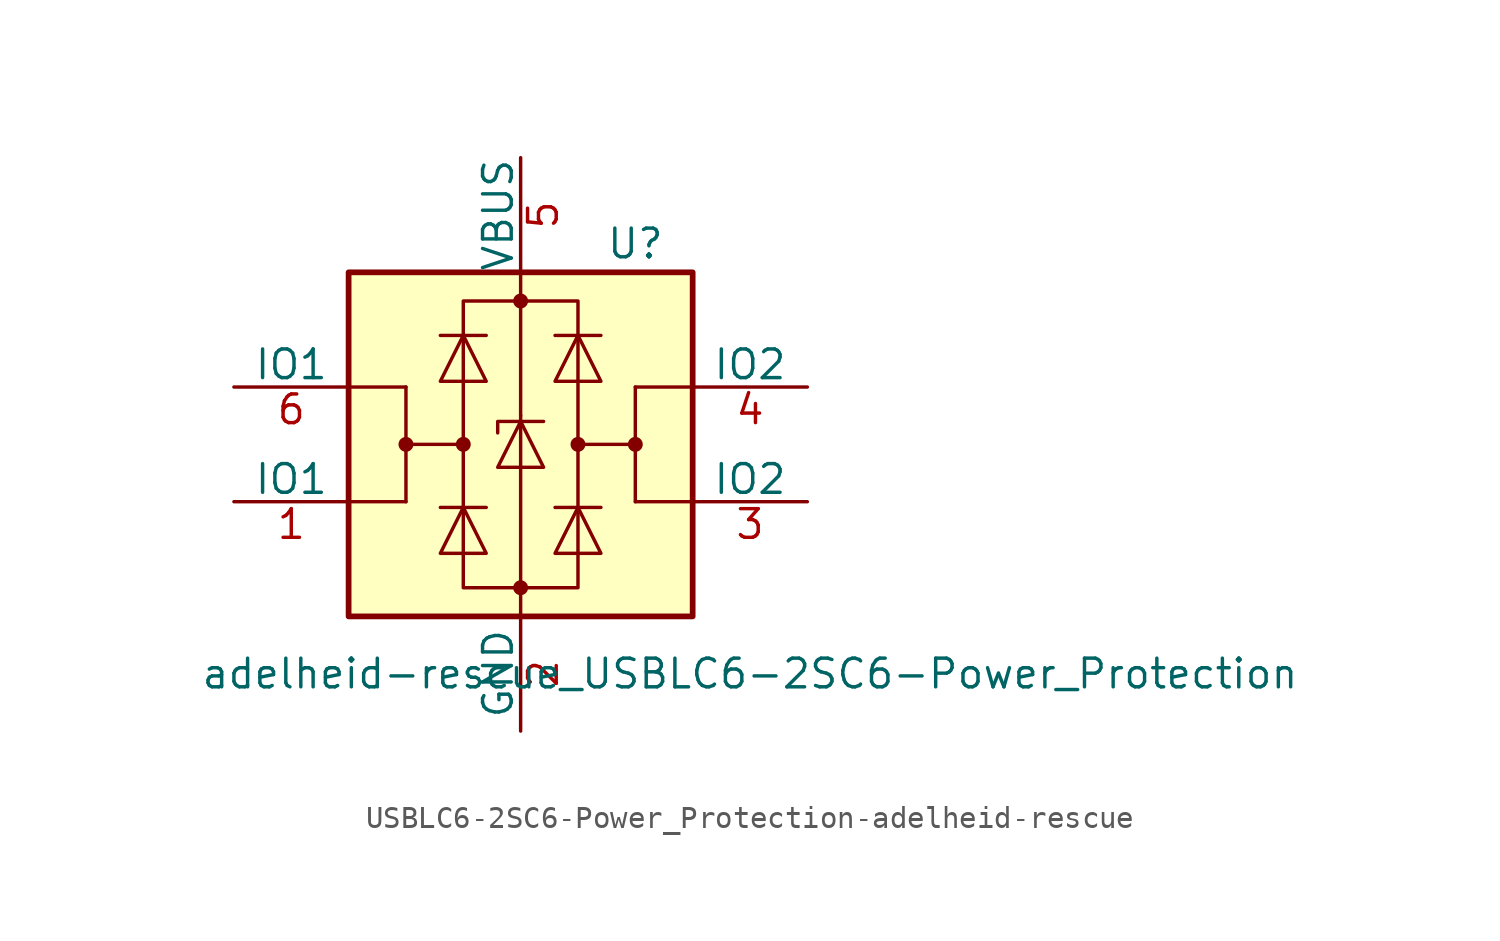
<source format=kicad_sym>
(kicad_symbol_lib
  (version 20231120)
  (generator "kicad_symbol_editor")
  (generator_version "8.0")
  (symbol "USBLC6-2SC6-Power_Protection-adelheid-rescue"
    (pin_names
      (offset 0))
    (property "Reference" "U"
      (at 5.08 8.89 0)
      (effects (font (size 1.27 1.27))))
    (property "Value" "adelheid-rescue_USBLC6-2SC6-Power_Protection"
      (at 10.16 -10.16 0)
      (effects (font (size 1.27 1.27))))
    (symbol "USBLC6-2SC6-Power_Protection-adelheid-rescue_0_1"
      (rectangle (start -7.62 -7.62) (end 7.62 7.62) (stroke (width 0.254) (type solid)) (fill (type background)))
      (circle (center -5.08 0) (radius 0.254) (stroke (width 0) (type solid)) (fill (type outline)))
      (circle (center -2.54 0) (radius 0.254) (stroke (width 0) (type solid)) (fill (type outline)))
      (rectangle (start -2.54 6.35) (end 2.54 -6.35) (stroke (width 0) (type solid)) (fill (type none)))
      (circle (center 0 -6.35) (radius 0.254) (stroke (width 0) (type solid)) (fill (type outline)))
      (polyline (pts (xy -5.08 -2.54) (xy -7.62 -2.54)) (stroke (width 0) (type solid)) (fill (type none)))
      (polyline (pts (xy -5.08 0) (xy -5.08 -2.54)) (stroke (width 0) (type solid)) (fill (type none)))
      (polyline (pts (xy -5.08 2.54) (xy -7.62 2.54)) (stroke (width 0) (type solid)) (fill (type none)))
      (polyline (pts (xy -1.524 -2.794) (xy -3.556 -2.794)) (stroke (width 0) (type solid)) (fill (type none)))
      (polyline (pts (xy -1.524 4.826) (xy -3.556 4.826)) (stroke (width 0) (type solid)) (fill (type none)))
      (polyline (pts (xy 0 -7.62) (xy 0 -6.35)) (stroke (width 0) (type solid)) (fill (type none)))
      (polyline (pts (xy 0 -6.35) (xy 0 1.27)) (stroke (width 0) (type solid)) (fill (type none)))
      (polyline (pts (xy 0 1.27) (xy 0 6.35)) (stroke (width 0) (type solid)) (fill (type none)))
      (polyline (pts (xy 0 6.35) (xy 0 7.62)) (stroke (width 0) (type solid)) (fill (type none)))
      (polyline (pts (xy 1.524 -2.794) (xy 3.556 -2.794)) (stroke (width 0) (type solid)) (fill (type none)))
      (polyline (pts (xy 1.524 4.826) (xy 3.556 4.826)) (stroke (width 0) (type solid)) (fill (type none)))
      (polyline (pts (xy 5.08 -2.54) (xy 7.62 -2.54)) (stroke (width 0) (type solid)) (fill (type none)))
      (polyline (pts (xy 5.08 0) (xy 5.08 -2.54)) (stroke (width 0) (type solid)) (fill (type none)))
      (polyline (pts (xy 5.08 2.54) (xy 7.62 2.54)) (stroke (width 0) (type solid)) (fill (type none)))
      (polyline (pts (xy -2.54 0) (xy -5.08 0) (xy -5.08 2.54)) (stroke (width 0) (type solid)) (fill (type none)))
      (polyline (pts (xy 2.54 0) (xy 5.08 0) (xy 5.08 2.54)) (stroke (width 0) (type solid)) (fill (type none)))
      (polyline (pts (xy -3.556 -4.826) (xy -1.524 -4.826) (xy -2.54 -2.794) (xy -3.556 -4.826)) (stroke (width 0) (type solid)) (fill (type none)))
      (polyline (pts (xy -3.556 2.794) (xy -1.524 2.794) (xy -2.54 4.826) (xy -3.556 2.794)) (stroke (width 0) (type solid)) (fill (type none)))
      (polyline (pts (xy -1.016 -1.016) (xy 1.016 -1.016) (xy 0 1.016) (xy -1.016 -1.016)) (stroke (width 0) (type solid)) (fill (type none)))
      (polyline (pts (xy 1.016 1.016) (xy 0.762 1.016) (xy -1.016 1.016) (xy -1.016 0.508)) (stroke (width 0) (type solid)) (fill (type none)))
      (polyline (pts (xy 3.556 -4.826) (xy 1.524 -4.826) (xy 2.54 -2.794) (xy 3.556 -4.826)) (stroke (width 0) (type solid)) (fill (type none)))
      (polyline (pts (xy 3.556 2.794) (xy 1.524 2.794) (xy 2.54 4.826) (xy 3.556 2.794)) (stroke (width 0) (type solid)) (fill (type none)))
      (circle (center 0 6.35) (radius 0.254) (stroke (width 0) (type solid)) (fill (type outline)))
      (circle (center 2.54 0) (radius 0.254) (stroke (width 0) (type solid)) (fill (type outline)))
      (circle (center 5.08 0) (radius 0.254) (stroke (width 0) (type solid)) (fill (type outline))))
    (symbol "USBLC6-2SC6-Power_Protection-adelheid-rescue_1_1"
      (pin passive line (at -12.7 -2.54 0) (length 5.08) (name "IO1" (effects (font (size 1.27 1.27)))) (number "1" (effects (font (size 1.27 1.27)))))
      (pin passive line (at 0 -12.7 90) (length 5.08) (name "GND" (effects (font (size 1.27 1.27)))) (number "2" (effects (font (size 1.27 1.27)))))
      (pin passive line (at 12.7 -2.54 180) (length 5.08) (name "IO2" (effects (font (size 1.27 1.27)))) (number "3" (effects (font (size 1.27 1.27)))))
      (pin passive line (at 12.7 2.54 180) (length 5.08) (name "IO2" (effects (font (size 1.27 1.27)))) (number "4" (effects (font (size 1.27 1.27)))))
      (pin passive line (at 0 12.7 270) (length 5.08) (name "VBUS" (effects (font (size 1.27 1.27)))) (number "5" (effects (font (size 1.27 1.27)))))
      (pin passive line (at -12.7 2.54 0) (length 5.08) (name "IO1" (effects (font (size 1.27 1.27)))) (number "6" (effects (font (size 1.27 1.27))))))))
</source>
